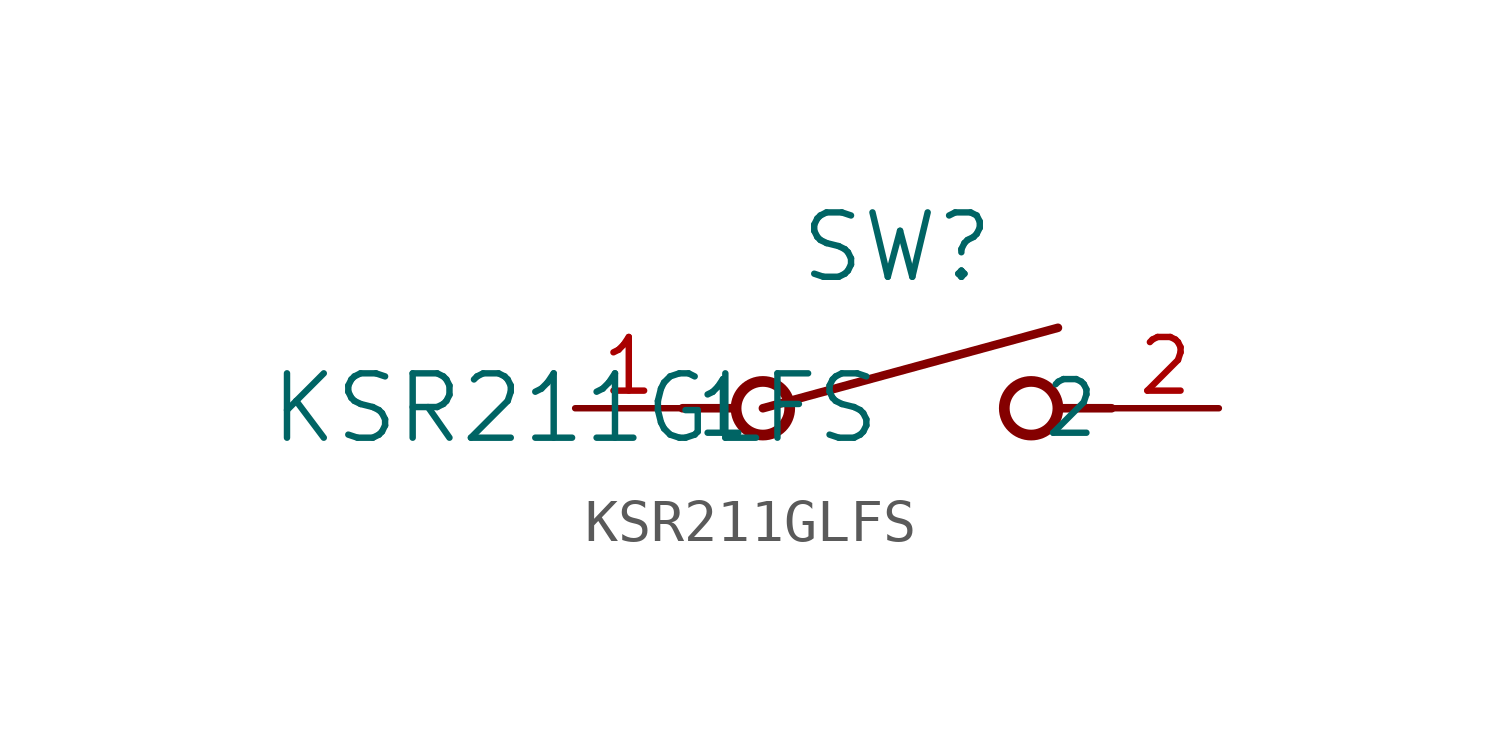
<source format=kicad_sym>
(kicad_symbol_lib
  (version 20211014)
  (generator kicad_symbol_editor)
  (symbol "KSR211GLFS"
    (pin_names
      (offset 0.254))
    (property "Reference" "SW"
      (at 7.62 3.81 0)
      (effects (font (size 1.524 1.524))))
    (property "Value" "KSR211GLFS"
      (at 0 0 0)
      (effects (font (size 1.524 1.524))))
    (symbol "KSR211GLFS_0_1"
      (polyline (pts (xy 2.54 0) (xy 3.81 0)) (stroke (width 0.203) (type default) (color 0 0 0 0)) (fill (type none)))
      (circle (center 10.795 0) (radius 0.635) (stroke (width 0.254) (type default) (color 0 0 0 0)) (fill (type none)))
      (circle (center 4.445 0) (radius 0.635) (stroke (width 0.254) (type default) (color 0 0 0 0)) (fill (type none)))
      (polyline (pts (xy 12.7 0) (xy 11.43 0)) (stroke (width 0.203) (type default) (color 0 0 0 0)) (fill (type none)))
      (polyline (pts (xy 4.445 0) (xy 11.43 1.905)) (stroke (width 0.203) (type default) (color 0 0 0 0)) (fill (type none)))
      (pin unspecified line (at 0 0 0) (length 2.54) (name "1" (effects (font (size 1.27 1.27)))) (number "1" (effects (font (size 1.27 1.27)))))
      (pin unspecified line (at 15.24 0 180) (length 2.54) (name "2" (effects (font (size 1.27 1.27)))) (number "2" (effects (font (size 1.27 1.27))))))))
</source>
